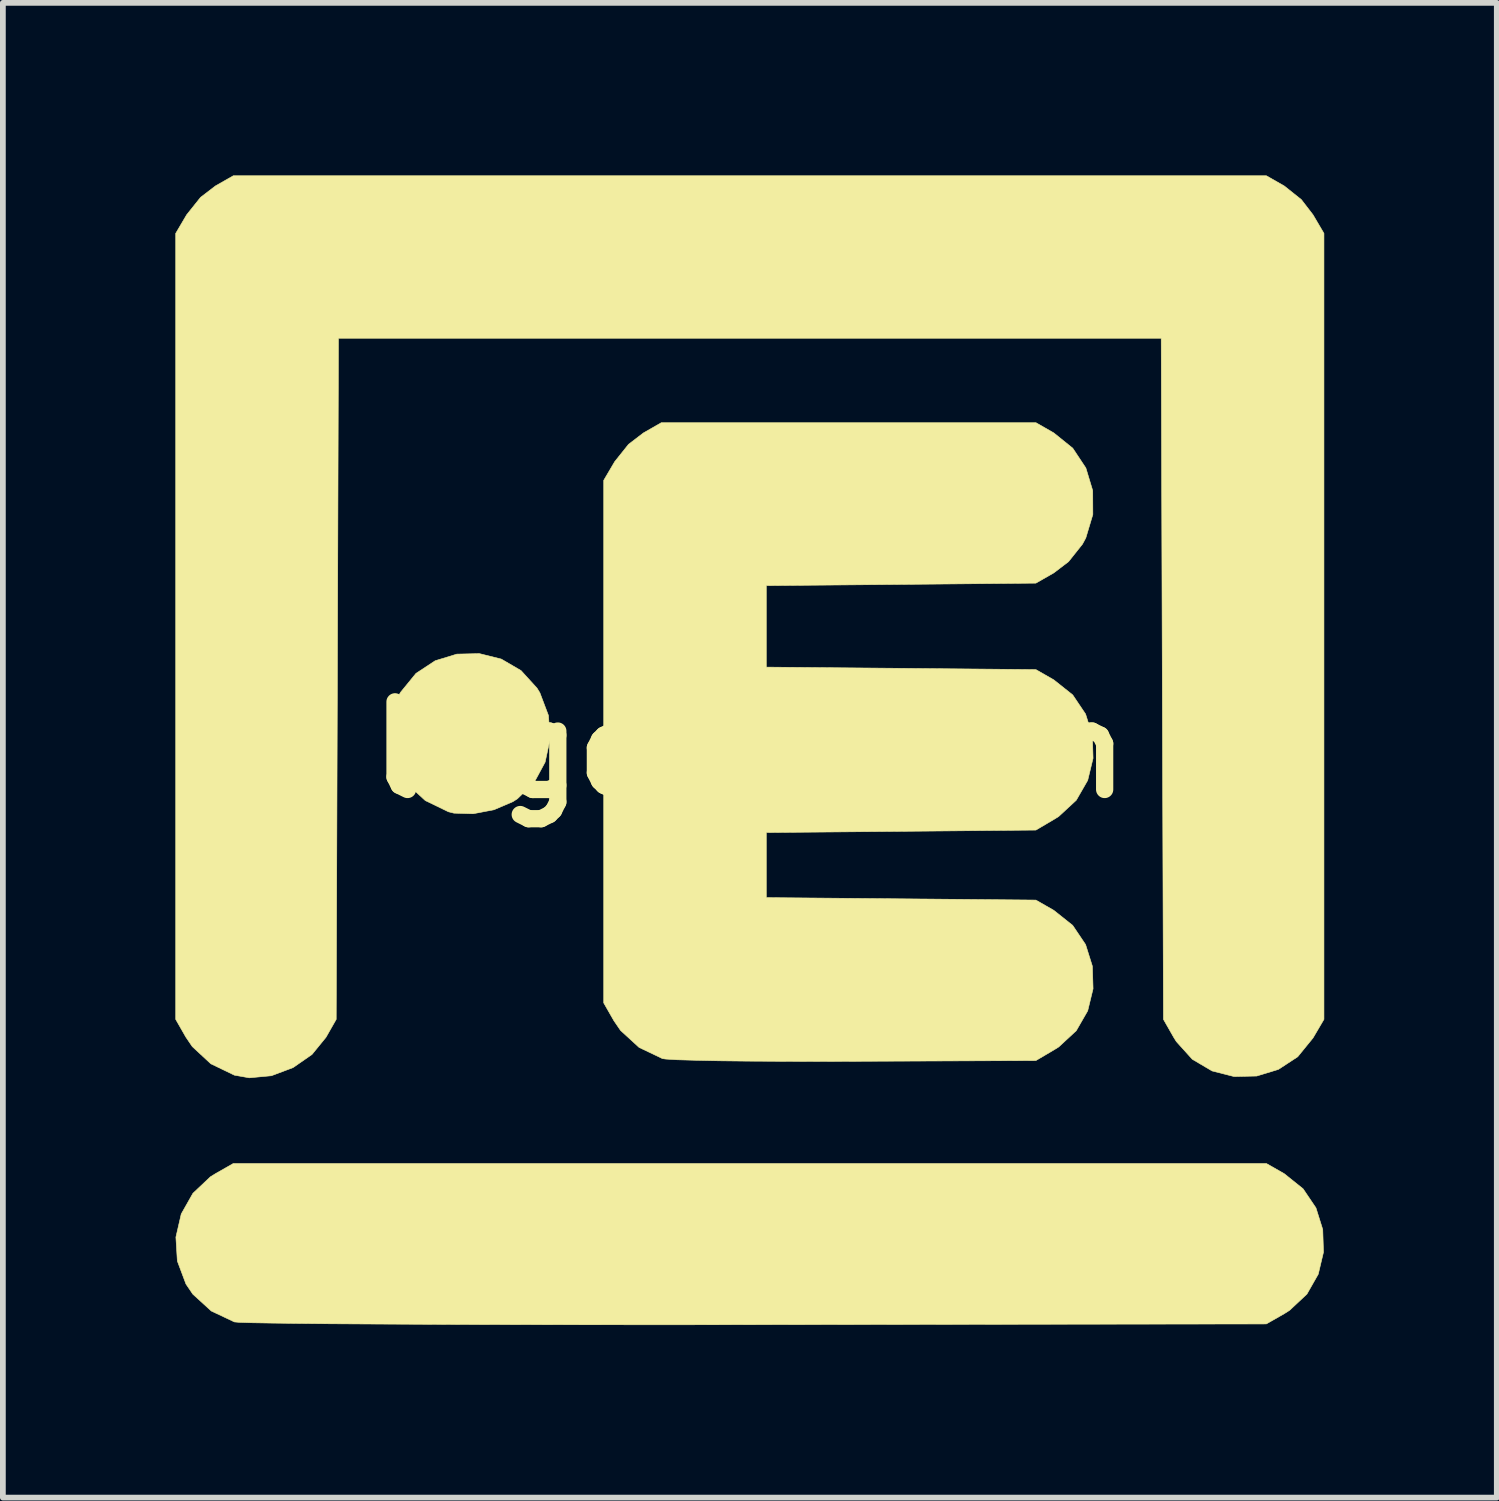
<source format=kicad_pcb>
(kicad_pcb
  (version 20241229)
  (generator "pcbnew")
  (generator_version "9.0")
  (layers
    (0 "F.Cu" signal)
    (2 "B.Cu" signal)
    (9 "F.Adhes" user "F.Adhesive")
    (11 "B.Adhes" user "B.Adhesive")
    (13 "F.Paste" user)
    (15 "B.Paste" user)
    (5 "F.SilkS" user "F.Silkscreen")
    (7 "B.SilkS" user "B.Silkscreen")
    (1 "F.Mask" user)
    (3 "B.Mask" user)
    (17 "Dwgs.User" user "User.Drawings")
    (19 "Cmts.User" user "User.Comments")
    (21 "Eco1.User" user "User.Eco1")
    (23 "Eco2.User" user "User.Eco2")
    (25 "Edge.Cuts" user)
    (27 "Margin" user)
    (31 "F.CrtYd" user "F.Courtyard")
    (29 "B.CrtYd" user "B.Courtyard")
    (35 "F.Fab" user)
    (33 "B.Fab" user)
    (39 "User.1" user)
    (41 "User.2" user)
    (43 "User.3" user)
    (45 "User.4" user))
  (footprint "logo_20mm"
    (layer "F.Cu")
    (at 9.986 9.986)
    (property "Reference" "logo_20mm" (at 0 0 0) (layer "F.SilkS") (effects (font (size 1.524 1.524) (thickness 0.3))))
    (attr through_hole)
    (fp_poly (pts (xy -4.321 -1.578) (xy -3.978 -1.378) (xy -3.7 -1.073) (xy -3.65 -0.991) (xy -3.501 -0.597) (xy -3.473 -0.185) (xy -3.559 0.214) (xy -3.751 0.57) (xy -4.041 0.851) (xy -4.119 0.901) (xy -4.449 1.042) (xy -4.811 1.111) (xy -5.144 1.101) (xy -5.24 1.077) (xy -5.642 0.882) (xy -5.952 0.597) (xy -6.162 0.246) (xy -6.261 -0.147) (xy -6.24 -0.56) (xy -6.091 -0.967) (xy -6.07 -1.003) (xy -5.804 -1.329) (xy -5.47 -1.549) (xy -5.094 -1.664) (xy -4.702 -1.673) (xy -4.321 -1.578)) (stroke (width 0.01) (type solid)) (fill yes) (layer "F.SilkS"))
    (fp_poly (pts (xy 9.291 7.369) (xy 9.618 7.631) (xy 9.842 7.963) (xy 9.96 8.339) (xy 9.973 8.733) (xy 9.882 9.116) (xy 9.685 9.462) (xy 9.384 9.744) (xy 9.291 9.803) (xy 8.979 9.981) (xy 0.107 9.993) (xy -1.011 9.995) (xy -2.092 9.995) (xy -3.126 9.994) (xy -4.105 9.992) (xy -5.019 9.99) (xy -5.861 9.986) (xy -6.621 9.982) (xy -7.29 9.978) (xy -7.859 9.972) (xy -8.32 9.966) (xy -8.663 9.96) (xy -8.88 9.953) (xy -8.961 9.946) (xy -9.363 9.756) (xy -9.684 9.463) (xy -9.803 9.287) (xy -9.953 8.887) (xy -9.978 8.472) (xy -9.885 8.069) (xy -9.682 7.71) (xy -9.378 7.423) (xy -9.291 7.369) (xy -8.979 7.191) (xy 8.979 7.191) (xy 9.291 7.369)) (stroke (width 0.01) (type solid)) (fill yes) (layer "F.SilkS"))
    (fp_poly (pts (xy 9.291 -9.803) (xy 9.588 -9.566) (xy 9.791 -9.302) (xy 9.981 -8.979) (xy 9.981 4.686) (xy 9.791 5.009) (xy 9.525 5.336) (xy 9.189 5.556) (xy 8.812 5.671) (xy 8.419 5.68) (xy 8.037 5.583) (xy 7.693 5.38) (xy 7.415 5.072) (xy 7.369 4.998) (xy 7.191 4.686) (xy 7.171 -1.234) (xy 7.152 -7.155) (xy -7.152 -7.155) (xy -7.171 -1.234) (xy -7.191 4.686) (xy -7.369 4.998) (xy -7.613 5.297) (xy -7.942 5.525) (xy -8.318 5.666) (xy -8.702 5.702) (xy -8.961 5.656) (xy -9.371 5.458) (xy -9.693 5.159) (xy -9.805 4.994) (xy -9.981 4.686) (xy -9.981 -8.979) (xy -9.791 -9.302) (xy -9.549 -9.605) (xy -9.291 -9.803) (xy -8.979 -9.981) (xy 8.979 -9.981) (xy 9.291 -9.803)) (stroke (width 0.01) (type solid)) (fill yes) (layer "F.SilkS"))
    (fp_poly (pts (xy 5.284 -5.51) (xy 5.614 -5.244) (xy 5.842 -4.9) (xy 5.961 -4.506) (xy 5.963 -4.091) (xy 5.841 -3.684) (xy 5.783 -3.576) (xy 5.541 -3.272) (xy 5.284 -3.076) (xy 4.973 -2.898) (xy 2.629 -2.876) (xy 0.286 -2.855) (xy 0.286 -1.438) (xy 2.629 -1.417) (xy 4.973 -1.395) (xy 5.284 -1.217) (xy 5.613 -0.955) (xy 5.837 -0.622) (xy 5.955 -0.246) (xy 5.967 0.147) (xy 5.874 0.53) (xy 5.675 0.876) (xy 5.369 1.159) (xy 5.295 1.205) (xy 4.973 1.395) (xy 2.629 1.417) (xy 0.286 1.438) (xy 0.286 2.569) (xy 2.629 2.59) (xy 4.973 2.612) (xy 5.284 2.79) (xy 5.613 3.052) (xy 5.837 3.385) (xy 5.955 3.761) (xy 5.967 4.154) (xy 5.874 4.537) (xy 5.675 4.883) (xy 5.369 5.166) (xy 5.295 5.212) (xy 4.973 5.402) (xy 1.825 5.415) (xy 1.16 5.417) (xy 0.534 5.415) (xy -0.037 5.412) (xy -0.537 5.406) (xy -0.952 5.397) (xy -1.266 5.388) (xy -1.462 5.376) (xy -1.519 5.368) (xy -1.925 5.174) (xy -2.247 4.879) (xy -2.364 4.708) (xy -2.54 4.4) (xy -2.54 -4.686) (xy -2.35 -5.009) (xy -2.108 -5.312) (xy -1.849 -5.51) (xy -1.538 -5.688) (xy 4.973 -5.688) (xy 5.284 -5.51)) (stroke (width 0.01) (type solid)) (fill yes) (layer "F.SilkS")))
  (gr_rect
    (start -3 -3)
    (end 22.972 22.986)
    (stroke (width 0.1) (type default))
    (fill no)
    (layer "Edge.Cuts")))
</source>
